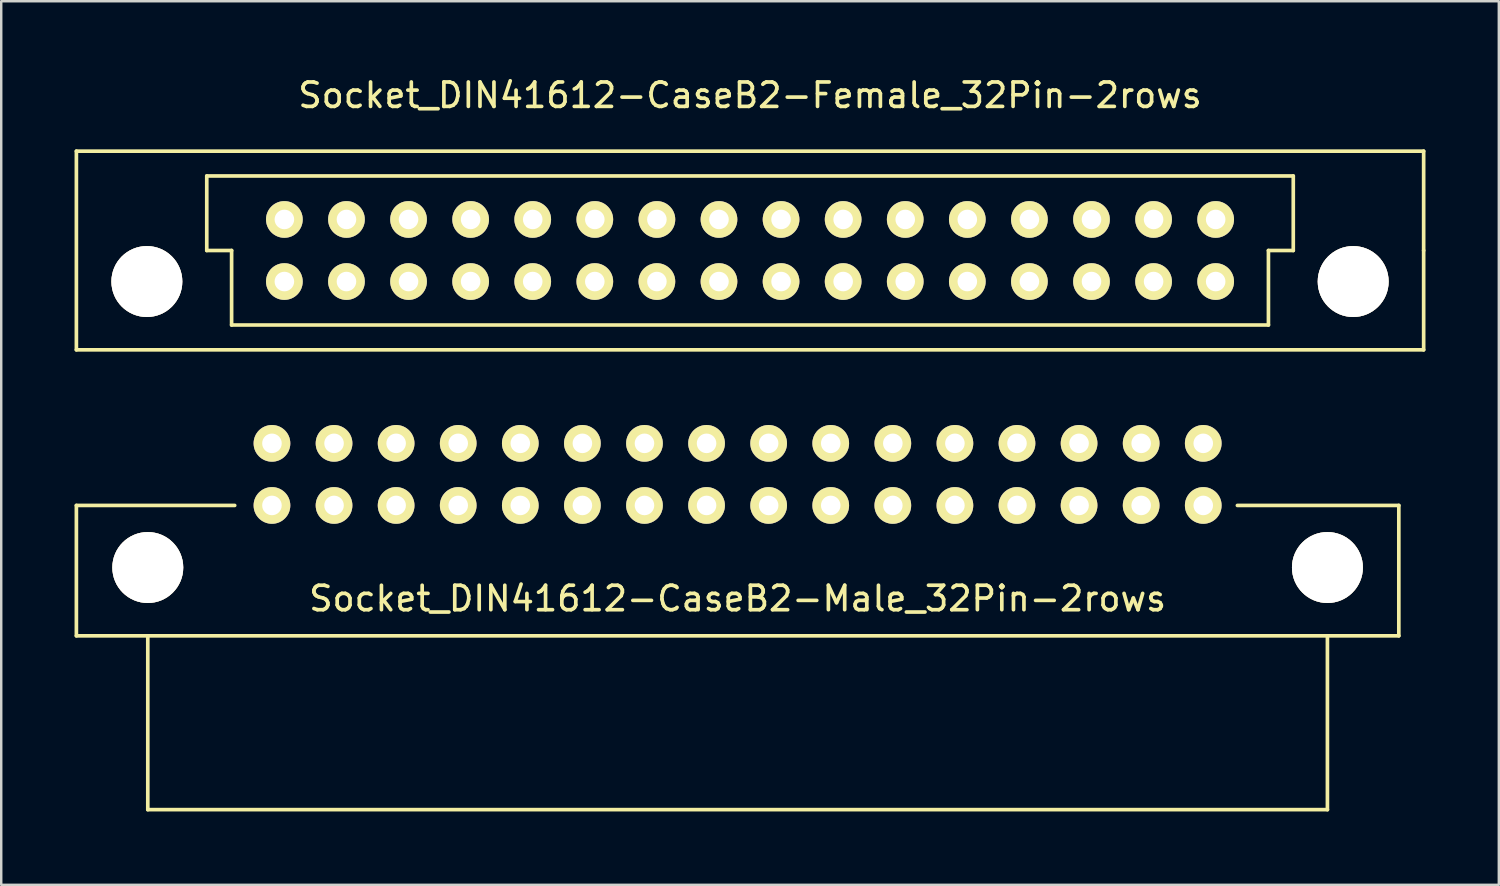
<source format=kicad_pcb>
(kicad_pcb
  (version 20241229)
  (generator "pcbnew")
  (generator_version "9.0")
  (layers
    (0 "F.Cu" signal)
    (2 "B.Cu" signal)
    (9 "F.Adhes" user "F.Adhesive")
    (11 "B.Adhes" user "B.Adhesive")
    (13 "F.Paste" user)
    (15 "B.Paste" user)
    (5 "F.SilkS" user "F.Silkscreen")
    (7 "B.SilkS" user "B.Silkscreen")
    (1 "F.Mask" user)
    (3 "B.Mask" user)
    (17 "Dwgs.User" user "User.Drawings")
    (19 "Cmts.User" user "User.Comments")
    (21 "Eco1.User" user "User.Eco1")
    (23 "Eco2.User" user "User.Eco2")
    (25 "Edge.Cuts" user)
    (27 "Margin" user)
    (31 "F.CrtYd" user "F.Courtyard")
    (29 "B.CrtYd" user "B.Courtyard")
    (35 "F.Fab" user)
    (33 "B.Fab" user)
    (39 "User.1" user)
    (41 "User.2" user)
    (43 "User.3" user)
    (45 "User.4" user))
  (footprint "Socket_DIN41612-CaseB2-Male_32Pin-2rows"
    (layer "F.Cu")
    (at 27.126 16.358)
    (property "Reference" "Socket_DIN41612-CaseB2-Male_32Pin-2rows" (at 0 5.08 0) (layer "F.SilkS") (effects (font (size 1 1) (thickness 0.15))))
    (attr through_hole)
    (fp_line (start -27.051 1.27) (end -20.574 1.27) (stroke (width 0.15) (type solid)) (layer "F.SilkS"))
    (fp_line (start -27.051 6.604) (end -27.051 1.27) (stroke (width 0.15) (type solid)) (layer "F.SilkS"))
    (fp_line (start -24.13 13.716) (end -24.13 6.604) (stroke (width 0.15) (type solid)) (layer "F.SilkS"))
    (fp_line (start 24.13 6.604) (end 24.13 13.716) (stroke (width 0.15) (type solid)) (layer "F.SilkS"))
    (fp_line (start 24.13 13.716) (end -24.13 13.716) (stroke (width 0.15) (type solid)) (layer "F.SilkS"))
    (fp_line (start 27.051 1.27) (end 20.447 1.27) (stroke (width 0.15) (type solid)) (layer "F.SilkS"))
    (fp_line (start 27.051 1.27) (end 27.051 6.604) (stroke (width 0.15) (type solid)) (layer "F.SilkS"))
    (fp_line (start 27.051 6.604) (end -27.051 6.604) (stroke (width 0.15) (type solid)) (layer "F.SilkS"))
    (pad "1" thru_hole circle (at -24.13 3.81) (size 2.901 2.901) (drill 2.901) (layers "*.Cu" "*.Mask" "F.SilkS"))
    (pad "1" thru_hole circle (at 24.13 3.81) (size 2.901 2.901) (drill 2.901) (layers "*.Cu" "*.Mask" "F.SilkS"))
    (pad "1a" thru_hole circle (at 19.05 -1.27 180) (size 1.501 1.501) (drill 0.8) (layers "*.Cu" "*.Mask" "F.SilkS"))
    (pad "1b" thru_hole circle (at 19.05 1.27 180) (size 1.501 1.501) (drill 0.8) (layers "*.Cu" "*.Mask" "F.SilkS"))
    (pad "2a" thru_hole circle (at 16.51 -1.27 180) (size 1.501 1.501) (drill 0.8) (layers "*.Cu" "*.Mask" "F.SilkS"))
    (pad "2b" thru_hole circle (at 16.51 1.27 180) (size 1.501 1.501) (drill 0.8) (layers "*.Cu" "*.Mask" "F.SilkS"))
    (pad "3a" thru_hole circle (at 13.97 -1.27 180) (size 1.501 1.501) (drill 0.8) (layers "*.Cu" "*.Mask" "F.SilkS"))
    (pad "3b" thru_hole circle (at 13.97 1.27 180) (size 1.501 1.501) (drill 0.8) (layers "*.Cu" "*.Mask" "F.SilkS"))
    (pad "4a" thru_hole circle (at 11.43 -1.27 180) (size 1.501 1.501) (drill 0.8) (layers "*.Cu" "*.Mask" "F.SilkS"))
    (pad "4b" thru_hole circle (at 11.43 1.27 180) (size 1.501 1.501) (drill 0.8) (layers "*.Cu" "*.Mask" "F.SilkS"))
    (pad "5a" thru_hole circle (at 8.89 -1.27 180) (size 1.501 1.501) (drill 0.8) (layers "*.Cu" "*.Mask" "F.SilkS"))
    (pad "5b" thru_hole circle (at 8.89 1.27 180) (size 1.501 1.501) (drill 0.8) (layers "*.Cu" "*.Mask" "F.SilkS"))
    (pad "6a" thru_hole circle (at 6.35 -1.27 180) (size 1.501 1.501) (drill 0.8) (layers "*.Cu" "*.Mask" "F.SilkS"))
    (pad "6b" thru_hole circle (at 6.35 1.27 180) (size 1.501 1.501) (drill 0.8) (layers "*.Cu" "*.Mask" "F.SilkS"))
    (pad "7a" thru_hole circle (at 3.81 -1.27 180) (size 1.501 1.501) (drill 0.8) (layers "*.Cu" "*.Mask" "F.SilkS"))
    (pad "7b" thru_hole circle (at 3.81 1.27 180) (size 1.501 1.501) (drill 0.8) (layers "*.Cu" "*.Mask" "F.SilkS"))
    (pad "8a" thru_hole circle (at 1.27 -1.27 180) (size 1.501 1.501) (drill 0.8) (layers "*.Cu" "*.Mask" "F.SilkS"))
    (pad "8b" thru_hole circle (at 1.27 1.27 180) (size 1.501 1.501) (drill 0.8) (layers "*.Cu" "*.Mask" "F.SilkS"))
    (pad "9a" thru_hole circle (at -1.27 -1.27 180) (size 1.501 1.501) (drill 0.8) (layers "*.Cu" "*.Mask" "F.SilkS"))
    (pad "9b" thru_hole circle (at -1.27 1.27 180) (size 1.501 1.501) (drill 0.8) (layers "*.Cu" "*.Mask" "F.SilkS"))
    (pad "10a" thru_hole circle (at -3.81 -1.27 180) (size 1.501 1.501) (drill 0.8) (layers "*.Cu" "*.Mask" "F.SilkS"))
    (pad "10b" thru_hole circle (at -3.81 1.27 180) (size 1.501 1.501) (drill 0.8) (layers "*.Cu" "*.Mask" "F.SilkS"))
    (pad "11a" thru_hole circle (at -6.35 -1.27 180) (size 1.501 1.501) (drill 0.8) (layers "*.Cu" "*.Mask" "F.SilkS"))
    (pad "11b" thru_hole circle (at -6.35 1.27 180) (size 1.501 1.501) (drill 0.8) (layers "*.Cu" "*.Mask" "F.SilkS"))
    (pad "12a" thru_hole circle (at -8.89 -1.27 180) (size 1.501 1.501) (drill 0.8) (layers "*.Cu" "*.Mask" "F.SilkS"))
    (pad "12b" thru_hole circle (at -8.89 1.27 180) (size 1.501 1.501) (drill 0.8) (layers "*.Cu" "*.Mask" "F.SilkS"))
    (pad "13a" thru_hole circle (at -11.43 -1.27 180) (size 1.501 1.501) (drill 0.8) (layers "*.Cu" "*.Mask" "F.SilkS"))
    (pad "13b" thru_hole circle (at -11.43 1.27 180) (size 1.501 1.501) (drill 0.8) (layers "*.Cu" "*.Mask" "F.SilkS"))
    (pad "14a" thru_hole circle (at -13.97 -1.27 180) (size 1.501 1.501) (drill 0.8) (layers "*.Cu" "*.Mask" "F.SilkS"))
    (pad "14b" thru_hole circle (at -13.97 1.27 180) (size 1.501 1.501) (drill 0.8) (layers "*.Cu" "*.Mask" "F.SilkS"))
    (pad "15a" thru_hole circle (at -16.51 -1.27 180) (size 1.501 1.501) (drill 0.8) (layers "*.Cu" "*.Mask" "F.SilkS"))
    (pad "15b" thru_hole circle (at -16.51 1.27 180) (size 1.501 1.501) (drill 0.8) (layers "*.Cu" "*.Mask" "F.SilkS"))
    (pad "16a" thru_hole circle (at -19.05 -1.27 180) (size 1.501 1.501) (drill 0.8) (layers "*.Cu" "*.Mask" "F.SilkS"))
    (pad "16b" thru_hole circle (at -19.05 1.27 180) (size 1.501 1.501) (drill 0.8) (layers "*.Cu" "*.Mask" "F.SilkS")))
  (footprint "Socket_DIN41612-CaseB2-Female_32Pin-2rows"
    (layer "F.Cu")
    (at 27.634 7.198)
    (property "Reference" "Socket_DIN41612-CaseB2-Female_32Pin-2rows" (at 0 -6.35 0) (layer "F.SilkS") (effects (font (size 1 1) (thickness 0.15))))
    (attr through_hole)
    (fp_line (start -27.559 -4.064) (end -27.559 4.064) (stroke (width 0.15) (type solid)) (layer "F.SilkS"))
    (fp_line (start -27.559 4.064) (end 27.559 4.064) (stroke (width 0.15) (type solid)) (layer "F.SilkS"))
    (fp_line (start -22.225 0) (end -22.225 -3.048) (stroke (width 0.15) (type solid)) (layer "F.SilkS"))
    (fp_line (start -21.209 0) (end -22.225 0) (stroke (width 0.15) (type solid)) (layer "F.SilkS"))
    (fp_line (start -21.209 3.048) (end -21.209 0) (stroke (width 0.15) (type solid)) (layer "F.SilkS"))
    (fp_line (start -21.209 3.048) (end 21.209 3.048) (stroke (width 0.15) (type solid)) (layer "F.SilkS"))
    (fp_line (start 21.209 0) (end 22.225 0) (stroke (width 0.15) (type solid)) (layer "F.SilkS"))
    (fp_line (start 21.209 3.048) (end 21.209 0) (stroke (width 0.15) (type solid)) (layer "F.SilkS"))
    (fp_line (start 22.225 -3.048) (end -22.225 -3.048) (stroke (width 0.15) (type solid)) (layer "F.SilkS"))
    (fp_line (start 22.225 0) (end 22.225 -3.048) (stroke (width 0.15) (type solid)) (layer "F.SilkS"))
    (fp_line (start 27.559 -4.064) (end -27.559 -4.064) (stroke (width 0.15) (type solid)) (layer "F.SilkS"))
    (fp_line (start 27.559 0) (end 27.559 -4.064) (stroke (width 0.15) (type solid)) (layer "F.SilkS"))
    (fp_line (start 27.559 4.064) (end 27.559 0) (stroke (width 0.15) (type solid)) (layer "F.SilkS"))
    (pad "1" thru_hole circle (at -24.676 1.27) (size 2.901 2.901) (drill 2.901) (layers "*.Cu" "*.Mask" "F.SilkS"))
    (pad "1" thru_hole circle (at 24.676 1.27) (size 2.901 2.901) (drill 2.901) (layers "*.Cu" "*.Mask" "F.SilkS"))
    (pad "1a" thru_hole circle (at 19.05 -1.27 180) (size 1.501 1.501) (drill 0.8) (layers "*.Cu" "*.Mask" "F.SilkS"))
    (pad "1b" thru_hole circle (at 19.05 1.27 180) (size 1.501 1.501) (drill 0.8) (layers "*.Cu" "*.Mask" "F.SilkS"))
    (pad "2a" thru_hole circle (at 16.51 -1.27 180) (size 1.501 1.501) (drill 0.8) (layers "*.Cu" "*.Mask" "F.SilkS"))
    (pad "2b" thru_hole circle (at 16.51 1.27 180) (size 1.501 1.501) (drill 0.8) (layers "*.Cu" "*.Mask" "F.SilkS"))
    (pad "3a" thru_hole circle (at 13.97 -1.27 180) (size 1.501 1.501) (drill 0.8) (layers "*.Cu" "*.Mask" "F.SilkS"))
    (pad "3b" thru_hole circle (at 13.97 1.27 180) (size 1.501 1.501) (drill 0.8) (layers "*.Cu" "*.Mask" "F.SilkS"))
    (pad "4a" thru_hole circle (at 11.43 -1.27 180) (size 1.501 1.501) (drill 0.8) (layers "*.Cu" "*.Mask" "F.SilkS"))
    (pad "4b" thru_hole circle (at 11.43 1.27 180) (size 1.501 1.501) (drill 0.8) (layers "*.Cu" "*.Mask" "F.SilkS"))
    (pad "5a" thru_hole circle (at 8.89 -1.27 180) (size 1.501 1.501) (drill 0.8) (layers "*.Cu" "*.Mask" "F.SilkS"))
    (pad "5b" thru_hole circle (at 8.89 1.27 180) (size 1.501 1.501) (drill 0.8) (layers "*.Cu" "*.Mask" "F.SilkS"))
    (pad "6a" thru_hole circle (at 6.35 -1.27 180) (size 1.501 1.501) (drill 0.8) (layers "*.Cu" "*.Mask" "F.SilkS"))
    (pad "6b" thru_hole circle (at 6.35 1.27 180) (size 1.501 1.501) (drill 0.8) (layers "*.Cu" "*.Mask" "F.SilkS"))
    (pad "7a" thru_hole circle (at 3.81 -1.27 180) (size 1.501 1.501) (drill 0.8) (layers "*.Cu" "*.Mask" "F.SilkS"))
    (pad "7b" thru_hole circle (at 3.81 1.27 180) (size 1.501 1.501) (drill 0.8) (layers "*.Cu" "*.Mask" "F.SilkS"))
    (pad "8a" thru_hole circle (at 1.27 -1.27 180) (size 1.501 1.501) (drill 0.8) (layers "*.Cu" "*.Mask" "F.SilkS"))
    (pad "8b" thru_hole circle (at 1.27 1.27 180) (size 1.501 1.501) (drill 0.8) (layers "*.Cu" "*.Mask" "F.SilkS"))
    (pad "9a" thru_hole circle (at -1.27 -1.27 180) (size 1.501 1.501) (drill 0.8) (layers "*.Cu" "*.Mask" "F.SilkS"))
    (pad "9b" thru_hole circle (at -1.27 1.27 180) (size 1.501 1.501) (drill 0.8) (layers "*.Cu" "*.Mask" "F.SilkS"))
    (pad "10a" thru_hole circle (at -3.81 -1.27 180) (size 1.501 1.501) (drill 0.8) (layers "*.Cu" "*.Mask" "F.SilkS"))
    (pad "10b" thru_hole circle (at -3.81 1.27 180) (size 1.501 1.501) (drill 0.8) (layers "*.Cu" "*.Mask" "F.SilkS"))
    (pad "11a" thru_hole circle (at -6.35 -1.27 180) (size 1.501 1.501) (drill 0.8) (layers "*.Cu" "*.Mask" "F.SilkS"))
    (pad "11b" thru_hole circle (at -6.35 1.27 180) (size 1.501 1.501) (drill 0.8) (layers "*.Cu" "*.Mask" "F.SilkS"))
    (pad "12a" thru_hole circle (at -8.89 -1.27 180) (size 1.501 1.501) (drill 0.8) (layers "*.Cu" "*.Mask" "F.SilkS"))
    (pad "12b" thru_hole circle (at -8.89 1.27 180) (size 1.501 1.501) (drill 0.8) (layers "*.Cu" "*.Mask" "F.SilkS"))
    (pad "13a" thru_hole circle (at -11.43 -1.27 180) (size 1.501 1.501) (drill 0.8) (layers "*.Cu" "*.Mask" "F.SilkS"))
    (pad "13b" thru_hole circle (at -11.43 1.27 180) (size 1.501 1.501) (drill 0.8) (layers "*.Cu" "*.Mask" "F.SilkS"))
    (pad "14a" thru_hole circle (at -13.97 -1.27 180) (size 1.501 1.501) (drill 0.8) (layers "*.Cu" "*.Mask" "F.SilkS"))
    (pad "14b" thru_hole circle (at -13.97 1.27 180) (size 1.501 1.501) (drill 0.8) (layers "*.Cu" "*.Mask" "F.SilkS"))
    (pad "15a" thru_hole circle (at -16.51 -1.27 180) (size 1.501 1.501) (drill 0.8) (layers "*.Cu" "*.Mask" "F.SilkS"))
    (pad "15b" thru_hole circle (at -16.51 1.27 180) (size 1.501 1.501) (drill 0.8) (layers "*.Cu" "*.Mask" "F.SilkS"))
    (pad "16a" thru_hole circle (at -19.05 -1.27 180) (size 1.501 1.501) (drill 0.8) (layers "*.Cu" "*.Mask" "F.SilkS"))
    (pad "16b" thru_hole circle (at -19.05 1.27 180) (size 1.501 1.501) (drill 0.8) (layers "*.Cu" "*.Mask" "F.SilkS")))
  (gr_rect
    (start -3 -3)
    (end 58.268 33.149)
    (stroke (width 0.1) (type default))
    (fill no)
    (layer "Edge.Cuts")))
</source>
